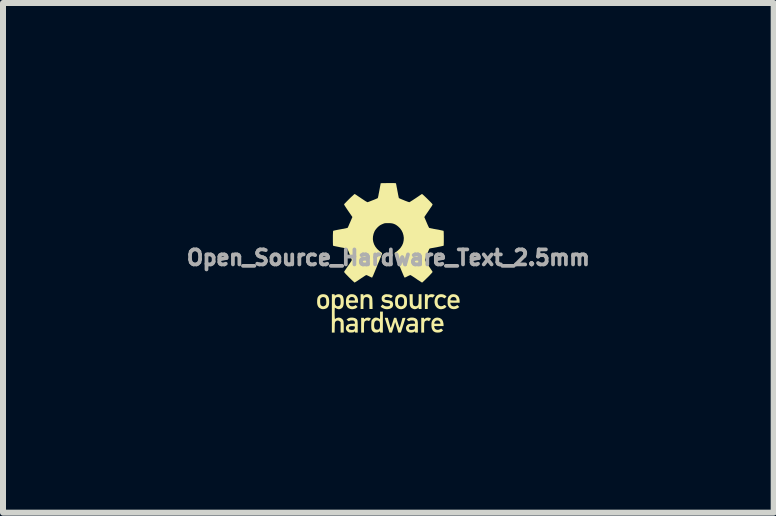
<source format=kicad_pcb>
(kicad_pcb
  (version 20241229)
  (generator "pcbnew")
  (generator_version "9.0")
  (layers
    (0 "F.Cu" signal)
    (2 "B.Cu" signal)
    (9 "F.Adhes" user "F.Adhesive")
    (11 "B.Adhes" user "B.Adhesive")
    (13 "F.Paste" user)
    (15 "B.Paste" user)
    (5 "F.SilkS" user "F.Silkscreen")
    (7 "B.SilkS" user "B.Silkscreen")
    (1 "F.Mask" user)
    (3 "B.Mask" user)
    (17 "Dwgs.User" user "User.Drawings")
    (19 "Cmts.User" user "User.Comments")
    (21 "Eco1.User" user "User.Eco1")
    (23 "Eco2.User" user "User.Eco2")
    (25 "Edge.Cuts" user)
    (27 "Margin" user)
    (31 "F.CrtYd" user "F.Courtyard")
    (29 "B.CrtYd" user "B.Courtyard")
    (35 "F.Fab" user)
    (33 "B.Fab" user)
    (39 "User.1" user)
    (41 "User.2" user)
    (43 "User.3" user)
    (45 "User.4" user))
  (footprint "Open_Source_Hardware_Text_2.5mm"
    (layer "F.Cu")
    (at 3.42 1.243)
    (property "Reference" "Open_Source_Hardware_Text_2.5mm" (at 0 0 0) (layer "F.Fab") (effects (font (size 0.25 0.25) (thickness 0.3))))
    (attr board_only exclude_from_pos_files exclude_from_bom)
    (fp_poly (pts (xy 0.674 0.999) (xy 0.696 1.006) (xy 0.704 1.011) (xy 0.709 1.015) (xy 0.708 1.021) (xy 0.703 1.029) (xy 0.693 1.041) (xy 0.69 1.044) (xy 0.678 1.058) (xy 0.663 1.051) (xy 0.652 1.046) (xy 0.643 1.046) (xy 0.631 1.049) (xy 0.629 1.05) (xy 0.619 1.054) (xy 0.611 1.059) (xy 0.605 1.067) (xy 0.601 1.078) (xy 0.598 1.094) (xy 0.597 1.115) (xy 0.596 1.144) (xy 0.596 1.167) (xy 0.596 1.248) (xy 0.548 1.248) (xy 0.548 1.002) (xy 0.572 1.002) (xy 0.586 1.002) (xy 0.593 1.003) (xy 0.595 1.007) (xy 0.596 1.015) (xy 0.596 1.015) (xy 0.596 1.028) (xy 0.606 1.019) (xy 0.626 1.005) (xy 0.649 0.998)) (stroke (width 0) (type solid)) (fill yes) (layer "F.SilkS"))
    (fp_poly (pts (xy -0.326 0.999) (xy -0.305 1.005) (xy -0.3 1.008) (xy -0.294 1.012) (xy -0.292 1.016) (xy -0.294 1.022) (xy -0.301 1.031) (xy -0.312 1.044) (xy -0.319 1.053) (xy -0.325 1.055) (xy -0.332 1.053) (xy -0.335 1.051) (xy -0.35 1.046) (xy -0.363 1.046) (xy -0.378 1.052) (xy -0.387 1.057) (xy -0.394 1.063) (xy -0.399 1.072) (xy -0.402 1.085) (xy -0.404 1.102) (xy -0.405 1.125) (xy -0.406 1.156) (xy -0.406 1.168) (xy -0.406 1.248) (xy -0.453 1.248) (xy -0.453 1.002) (xy -0.43 1.002) (xy -0.416 1.002) (xy -0.409 1.004) (xy -0.406 1.007) (xy -0.406 1.013) (xy -0.405 1.021) (xy -0.402 1.023) (xy -0.395 1.019) (xy -0.388 1.013) (xy -0.37 1.003) (xy -0.349 0.998)) (stroke (width 0) (type solid)) (fill yes) (layer "F.SilkS"))
    (fp_poly (pts (xy 0.74 0.61) (xy 0.754 0.613) (xy 0.766 0.618) (xy 0.772 0.623) (xy 0.773 0.625) (xy 0.77 0.63) (xy 0.763 0.639) (xy 0.756 0.647) (xy 0.747 0.658) (xy 0.74 0.663) (xy 0.735 0.663) (xy 0.731 0.661) (xy 0.715 0.657) (xy 0.697 0.657) (xy 0.681 0.662) (xy 0.677 0.665) (xy 0.67 0.672) (xy 0.665 0.681) (xy 0.661 0.693) (xy 0.659 0.709) (xy 0.657 0.731) (xy 0.656 0.76) (xy 0.656 0.781) (xy 0.656 0.855) (xy 0.609 0.855) (xy 0.609 0.609) (xy 0.633 0.609) (xy 0.646 0.609) (xy 0.653 0.611) (xy 0.656 0.614) (xy 0.656 0.622) (xy 0.656 0.635) (xy 0.67 0.625) (xy 0.686 0.615) (xy 0.701 0.61) (xy 0.72 0.608) (xy 0.726 0.608)) (stroke (width 0) (type solid)) (fill yes) (layer "F.SilkS"))
    (fp_poly (pts (xy -0.322 0.611) (xy -0.302 0.621) (xy -0.289 0.633) (xy -0.282 0.641) (xy -0.276 0.649) (xy -0.272 0.659) (xy -0.269 0.671) (xy -0.267 0.688) (xy -0.266 0.709) (xy -0.265 0.737) (xy -0.264 0.763) (xy -0.263 0.855) (xy -0.315 0.855) (xy -0.316 0.768) (xy -0.317 0.682) (xy -0.331 0.669) (xy -0.348 0.659) (xy -0.366 0.656) (xy -0.384 0.659) (xy -0.392 0.663) (xy -0.4 0.67) (xy -0.405 0.678) (xy -0.409 0.688) (xy -0.412 0.703) (xy -0.414 0.723) (xy -0.414 0.749) (xy -0.415 0.777) (xy -0.415 0.855) (xy -0.462 0.855) (xy -0.462 0.609) (xy -0.438 0.609) (xy -0.425 0.609) (xy -0.418 0.611) (xy -0.415 0.614) (xy -0.415 0.622) (xy -0.415 0.635) (xy -0.401 0.625) (xy -0.385 0.615) (xy -0.37 0.61) (xy -0.351 0.608) (xy -0.345 0.608)) (stroke (width 0) (type solid)) (fill yes) (layer "F.SilkS"))
    (fp_poly (pts (xy 0.406 0.691) (xy 0.406 0.723) (xy 0.407 0.748) (xy 0.408 0.767) (xy 0.411 0.78) (xy 0.414 0.79) (xy 0.42 0.796) (xy 0.426 0.801) (xy 0.43 0.803) (xy 0.448 0.809) (xy 0.467 0.808) (xy 0.481 0.802) (xy 0.489 0.795) (xy 0.495 0.788) (xy 0.499 0.777) (xy 0.502 0.763) (xy 0.504 0.744) (xy 0.505 0.718) (xy 0.505 0.687) (xy 0.505 0.609) (xy 0.553 0.609) (xy 0.553 0.855) (xy 0.505 0.855) (xy 0.505 0.828) (xy 0.495 0.837) (xy 0.479 0.848) (xy 0.458 0.856) (xy 0.439 0.859) (xy 0.427 0.857) (xy 0.412 0.852) (xy 0.401 0.847) (xy 0.385 0.838) (xy 0.375 0.827) (xy 0.367 0.814) (xy 0.364 0.807) (xy 0.361 0.799) (xy 0.359 0.791) (xy 0.357 0.781) (xy 0.356 0.767) (xy 0.356 0.747) (xy 0.355 0.722) (xy 0.355 0.701) (xy 0.353 0.609) (xy 0.406 0.609)) (stroke (width 0) (type solid)) (fill yes) (layer "F.SilkS"))
    (fp_poly (pts (xy 0.911 0.611) (xy 0.936 0.621) (xy 0.957 0.635) (xy 0.959 0.637) (xy 0.969 0.648) (xy 0.954 0.663) (xy 0.945 0.672) (xy 0.938 0.677) (xy 0.936 0.678) (xy 0.931 0.676) (xy 0.922 0.67) (xy 0.917 0.667) (xy 0.898 0.658) (xy 0.877 0.656) (xy 0.857 0.66) (xy 0.84 0.67) (xy 0.828 0.685) (xy 0.827 0.689) (xy 0.823 0.701) (xy 0.821 0.718) (xy 0.82 0.732) (xy 0.823 0.76) (xy 0.83 0.781) (xy 0.842 0.797) (xy 0.86 0.806) (xy 0.867 0.808) (xy 0.889 0.809) (xy 0.91 0.803) (xy 0.922 0.794) (xy 0.931 0.789) (xy 0.939 0.789) (xy 0.95 0.796) (xy 0.958 0.805) (xy 0.969 0.816) (xy 0.956 0.829) (xy 0.938 0.843) (xy 0.915 0.853) (xy 0.889 0.858) (xy 0.864 0.858) (xy 0.851 0.855) (xy 0.823 0.843) (xy 0.801 0.824) (xy 0.784 0.8) (xy 0.774 0.771) (xy 0.769 0.739) (xy 0.772 0.705) (xy 0.773 0.701) (xy 0.783 0.669) (xy 0.798 0.643) (xy 0.817 0.625) (xy 0.842 0.613) (xy 0.873 0.608) (xy 0.881 0.608)) (stroke (width 0) (type solid)) (fill yes) (layer "F.SilkS"))
    (fp_poly (pts (xy -1.056 0.611) (xy -1.031 0.62) (xy -1.012 0.635) (xy -0.998 0.657) (xy -0.989 0.685) (xy -0.986 0.717) (xy -0.986 0.754) (xy -0.99 0.785) (xy -0.999 0.81) (xy -1.012 0.829) (xy -1.031 0.844) (xy -1.038 0.847) (xy -1.058 0.854) (xy -1.082 0.858) (xy -1.105 0.857) (xy -1.119 0.853) (xy -1.145 0.84) (xy -1.164 0.823) (xy -1.177 0.799) (xy -1.184 0.775) (xy -1.186 0.756) (xy -1.187 0.733) (xy -1.186 0.73) (xy -1.136 0.73) (xy -1.135 0.756) (xy -1.132 0.775) (xy -1.127 0.788) (xy -1.119 0.798) (xy -1.107 0.804) (xy -1.106 0.805) (xy -1.095 0.809) (xy -1.088 0.811) (xy -1.081 0.81) (xy -1.07 0.807) (xy -1.053 0.799) (xy -1.044 0.789) (xy -1.039 0.781) (xy -1.036 0.773) (xy -1.035 0.762) (xy -1.034 0.745) (xy -1.034 0.734) (xy -1.036 0.705) (xy -1.04 0.684) (xy -1.048 0.67) (xy -1.061 0.661) (xy -1.078 0.657) (xy -1.088 0.656) (xy -1.102 0.658) (xy -1.112 0.663) (xy -1.121 0.671) (xy -1.136 0.686) (xy -1.136 0.73) (xy -1.186 0.73) (xy -1.186 0.709) (xy -1.183 0.687) (xy -1.18 0.67) (xy -1.179 0.667) (xy -1.165 0.643) (xy -1.146 0.625) (xy -1.122 0.613) (xy -1.092 0.608) (xy -1.087 0.608)) (stroke (width 0) (type solid)) (fill yes) (layer "F.SilkS"))
    (fp_poly (pts (xy 1.116 0.612) (xy 1.142 0.623) (xy 1.162 0.64) (xy 1.176 0.664) (xy 1.185 0.693) (xy 1.188 0.724) (xy 1.188 0.751) (xy 1.031 0.751) (xy 1.034 0.765) (xy 1.039 0.782) (xy 1.047 0.794) (xy 1.059 0.803) (xy 1.079 0.811) (xy 1.102 0.811) (xy 1.125 0.804) (xy 1.13 0.801) (xy 1.15 0.789) (xy 1.181 0.821) (xy 1.166 0.834) (xy 1.143 0.848) (xy 1.116 0.856) (xy 1.087 0.858) (xy 1.058 0.854) (xy 1.055 0.853) (xy 1.031 0.842) (xy 1.012 0.825) (xy 0.998 0.803) (xy 0.993 0.791) (xy 0.99 0.781) (xy 0.988 0.768) (xy 0.987 0.752) (xy 0.987 0.734) (xy 0.988 0.703) (xy 0.988 0.7) (xy 1.034 0.7) (xy 1.034 0.708) (xy 1.034 0.708) (xy 1.04 0.71) (xy 1.052 0.711) (xy 1.07 0.712) (xy 1.086 0.713) (xy 1.136 0.713) (xy 1.136 0.702) (xy 1.132 0.683) (xy 1.123 0.668) (xy 1.109 0.659) (xy 1.093 0.654) (xy 1.076 0.654) (xy 1.06 0.66) (xy 1.046 0.671) (xy 1.037 0.688) (xy 1.036 0.689) (xy 1.034 0.7) (xy 0.988 0.7) (xy 0.992 0.679) (xy 0.999 0.659) (xy 1.009 0.643) (xy 1.02 0.633) (xy 1.035 0.62) (xy 1.05 0.613) (xy 1.068 0.609) (xy 1.087 0.608)) (stroke (width 0) (type solid)) (fill yes) (layer "F.SilkS"))
    (fp_poly (pts (xy 0.828 0.999) (xy 0.857 1.006) (xy 0.88 1.019) (xy 0.899 1.039) (xy 0.911 1.066) (xy 0.918 1.098) (xy 0.92 1.121) (xy 0.92 1.14) (xy 0.763 1.14) (xy 0.766 1.156) (xy 0.772 1.176) (xy 0.784 1.19) (xy 0.797 1.198) (xy 0.817 1.203) (xy 0.84 1.201) (xy 0.861 1.192) (xy 0.865 1.19) (xy 0.879 1.18) (xy 0.912 1.21) (xy 0.902 1.22) (xy 0.883 1.236) (xy 0.858 1.245) (xy 0.827 1.248) (xy 0.825 1.248) (xy 0.804 1.247) (xy 0.787 1.244) (xy 0.777 1.241) (xy 0.754 1.228) (xy 0.738 1.21) (xy 0.726 1.186) (xy 0.719 1.156) (xy 0.718 1.135) (xy 0.718 1.102) (xy 0.719 1.092) (xy 0.764 1.092) (xy 0.767 1.097) (xy 0.774 1.1) (xy 0.787 1.101) (xy 0.808 1.101) (xy 0.816 1.101) (xy 0.838 1.101) (xy 0.853 1.101) (xy 0.862 1.1) (xy 0.866 1.098) (xy 0.868 1.095) (xy 0.868 1.092) (xy 0.865 1.078) (xy 0.857 1.064) (xy 0.846 1.052) (xy 0.845 1.052) (xy 0.831 1.046) (xy 0.814 1.045) (xy 0.796 1.049) (xy 0.79 1.052) (xy 0.779 1.061) (xy 0.771 1.073) (xy 0.77 1.073) (xy 0.766 1.085) (xy 0.764 1.092) (xy 0.719 1.092) (xy 0.721 1.075) (xy 0.729 1.053) (xy 0.741 1.035) (xy 0.749 1.026) (xy 0.77 1.009) (xy 0.794 1) (xy 0.821 0.998)) (stroke (width 0) (type solid)) (fill yes) (layer "F.SilkS"))
    (fp_poly (pts (xy 0.24 0.611) (xy 0.263 0.62) (xy 0.282 0.635) (xy 0.288 0.641) (xy 0.298 0.653) (xy 0.304 0.667) (xy 0.308 0.683) (xy 0.31 0.705) (xy 0.311 0.733) (xy 0.311 0.736) (xy 0.31 0.76) (xy 0.309 0.778) (xy 0.307 0.791) (xy 0.303 0.801) (xy 0.287 0.825) (xy 0.266 0.843) (xy 0.242 0.854) (xy 0.214 0.859) (xy 0.186 0.856) (xy 0.175 0.852) (xy 0.154 0.841) (xy 0.135 0.823) (xy 0.121 0.802) (xy 0.12 0.801) (xy 0.117 0.79) (xy 0.114 0.777) (xy 0.113 0.76) (xy 0.112 0.736) (xy 0.112 0.732) (xy 0.16 0.732) (xy 0.161 0.759) (xy 0.165 0.779) (xy 0.173 0.793) (xy 0.185 0.803) (xy 0.191 0.805) (xy 0.204 0.81) (xy 0.214 0.811) (xy 0.226 0.808) (xy 0.231 0.806) (xy 0.246 0.797) (xy 0.256 0.784) (xy 0.261 0.765) (xy 0.263 0.74) (xy 0.263 0.735) (xy 0.263 0.714) (xy 0.26 0.696) (xy 0.257 0.685) (xy 0.247 0.67) (xy 0.232 0.66) (xy 0.214 0.656) (xy 0.196 0.658) (xy 0.18 0.666) (xy 0.168 0.679) (xy 0.164 0.688) (xy 0.161 0.699) (xy 0.16 0.715) (xy 0.16 0.732) (xy 0.112 0.732) (xy 0.113 0.707) (xy 0.115 0.685) (xy 0.119 0.668) (xy 0.125 0.654) (xy 0.134 0.642) (xy 0.135 0.641) (xy 0.154 0.623) (xy 0.176 0.613) (xy 0.202 0.609) (xy 0.212 0.608)) (stroke (width 0) (type solid)) (fill yes) (layer "F.SilkS"))
    (fp_poly (pts (xy -0.576 0.612) (xy -0.551 0.623) (xy -0.531 0.641) (xy -0.521 0.656) (xy -0.514 0.67) (xy -0.51 0.684) (xy -0.507 0.7) (xy -0.506 0.715) (xy -0.504 0.751) (xy -0.582 0.751) (xy -0.611 0.751) (xy -0.633 0.752) (xy -0.647 0.753) (xy -0.656 0.755) (xy -0.66 0.758) (xy -0.66 0.763) (xy -0.658 0.771) (xy -0.654 0.779) (xy -0.643 0.796) (xy -0.627 0.807) (xy -0.607 0.811) (xy -0.586 0.81) (xy -0.564 0.802) (xy -0.563 0.801) (xy -0.544 0.79) (xy -0.512 0.821) (xy -0.527 0.834) (xy -0.549 0.848) (xy -0.577 0.856) (xy -0.606 0.859) (xy -0.634 0.854) (xy -0.637 0.853) (xy -0.662 0.842) (xy -0.681 0.825) (xy -0.694 0.803) (xy -0.7 0.791) (xy -0.703 0.781) (xy -0.705 0.768) (xy -0.706 0.752) (xy -0.706 0.734) (xy -0.705 0.703) (xy -0.704 0.7) (xy -0.659 0.7) (xy -0.659 0.708) (xy -0.659 0.708) (xy -0.653 0.71) (xy -0.641 0.711) (xy -0.623 0.712) (xy -0.606 0.713) (xy -0.557 0.713) (xy -0.557 0.702) (xy -0.561 0.683) (xy -0.57 0.668) (xy -0.583 0.659) (xy -0.599 0.654) (xy -0.616 0.654) (xy -0.633 0.66) (xy -0.646 0.671) (xy -0.656 0.688) (xy -0.657 0.689) (xy -0.659 0.7) (xy -0.704 0.7) (xy -0.701 0.679) (xy -0.694 0.659) (xy -0.684 0.643) (xy -0.673 0.633) (xy -0.658 0.62) (xy -0.643 0.613) (xy -0.626 0.609) (xy -0.605 0.608)) (stroke (width 0) (type solid)) (fill yes) (layer "F.SilkS"))
    (fp_poly (pts (xy -0.091 1.248) (xy -0.114 1.248) (xy -0.128 1.248) (xy -0.135 1.246) (xy -0.138 1.243) (xy -0.138 1.237) (xy -0.139 1.229) (xy -0.142 1.227) (xy -0.148 1.231) (xy -0.156 1.236) (xy -0.171 1.243) (xy -0.19 1.247) (xy -0.211 1.247) (xy -0.231 1.245) (xy -0.241 1.241) (xy -0.26 1.227) (xy -0.275 1.207) (xy -0.28 1.193) (xy -0.283 1.18) (xy -0.284 1.162) (xy -0.285 1.141) (xy -0.237 1.141) (xy -0.233 1.166) (xy -0.224 1.185) (xy -0.21 1.196) (xy -0.191 1.2) (xy -0.189 1.2) (xy -0.169 1.197) (xy -0.159 1.192) (xy -0.148 1.18) (xy -0.142 1.165) (xy -0.139 1.143) (xy -0.139 1.115) (xy -0.139 1.114) (xy -0.141 1.09) (xy -0.145 1.072) (xy -0.152 1.06) (xy -0.162 1.053) (xy -0.172 1.049) (xy -0.188 1.046) (xy -0.202 1.048) (xy -0.205 1.049) (xy -0.218 1.057) (xy -0.228 1.07) (xy -0.234 1.09) (xy -0.236 1.108) (xy -0.237 1.141) (xy -0.285 1.141) (xy -0.285 1.139) (xy -0.285 1.115) (xy -0.284 1.092) (xy -0.283 1.072) (xy -0.281 1.057) (xy -0.281 1.053) (xy -0.273 1.038) (xy -0.26 1.023) (xy -0.244 1.009) (xy -0.228 1.001) (xy -0.223 0.999) (xy -0.197 0.998) (xy -0.173 1.004) (xy -0.158 1.012) (xy -0.148 1.019) (xy -0.142 1.023) (xy -0.141 1.023) (xy -0.14 1.019) (xy -0.139 1.008) (xy -0.138 0.991) (xy -0.138 0.971) (xy -0.138 0.961) (xy -0.138 0.898) (xy -0.091 0.898)) (stroke (width 0) (type solid)) (fill yes) (layer "F.SilkS"))
    (fp_poly (pts (xy -0.003 1.025) (xy 0.001 1.037) (xy 0.006 1.056) (xy 0.012 1.078) (xy 0.018 1.102) (xy 0.02 1.109) (xy 0.026 1.13) (xy 0.031 1.149) (xy 0.035 1.162) (xy 0.038 1.169) (xy 0.039 1.17) (xy 0.041 1.166) (xy 0.045 1.155) (xy 0.051 1.139) (xy 0.058 1.117) (xy 0.066 1.093) (xy 0.068 1.086) (xy 0.095 1.002) (xy 0.132 1.002) (xy 0.159 1.087) (xy 0.167 1.112) (xy 0.175 1.134) (xy 0.181 1.151) (xy 0.186 1.163) (xy 0.188 1.169) (xy 0.188 1.169) (xy 0.19 1.164) (xy 0.194 1.153) (xy 0.199 1.135) (xy 0.205 1.113) (xy 0.212 1.088) (xy 0.213 1.085) (xy 0.236 1.004) (xy 0.26 1.003) (xy 0.274 1.003) (xy 0.283 1.003) (xy 0.285 1.005) (xy 0.284 1.01) (xy 0.28 1.022) (xy 0.275 1.04) (xy 0.268 1.063) (xy 0.259 1.09) (xy 0.25 1.12) (xy 0.247 1.128) (xy 0.209 1.248) (xy 0.166 1.248) (xy 0.151 1.197) (xy 0.144 1.173) (xy 0.136 1.147) (xy 0.129 1.123) (xy 0.125 1.11) (xy 0.113 1.073) (xy 0.1 1.118) (xy 0.092 1.143) (xy 0.084 1.171) (xy 0.076 1.196) (xy 0.073 1.206) (xy 0.06 1.248) (xy 0.018 1.248) (xy 0.011 1.227) (xy 0.008 1.217) (xy 0.003 1.201) (xy -0.004 1.179) (xy -0.012 1.153) (xy -0.021 1.125) (xy -0.026 1.11) (xy -0.035 1.082) (xy -0.043 1.057) (xy -0.05 1.036) (xy -0.055 1.02) (xy -0.058 1.01) (xy -0.059 1.007) (xy -0.058 1.004) (xy -0.05 1.002) (xy -0.035 1.002) (xy -0.009 1.002)) (stroke (width 0) (type solid)) (fill yes) (layer "F.SilkS"))
    (fp_poly (pts (xy -0.024 0.609) (xy -0.013 0.61) (xy 0.008 0.611) (xy 0.023 0.613) (xy 0.035 0.616) (xy 0.047 0.622) (xy 0.051 0.624) (xy 0.063 0.631) (xy 0.071 0.636) (xy 0.073 0.639) (xy 0.071 0.644) (xy 0.064 0.652) (xy 0.059 0.658) (xy 0.045 0.675) (xy 0.027 0.665) (xy 0.007 0.657) (xy -0.014 0.653) (xy -0.032 0.654) (xy -0.048 0.658) (xy -0.059 0.667) (xy -0.064 0.678) (xy -0.063 0.688) (xy -0.061 0.695) (xy -0.056 0.7) (xy -0.047 0.703) (xy -0.033 0.706) (xy -0.013 0.708) (xy -0.008 0.708) (xy 0.023 0.713) (xy 0.047 0.721) (xy 0.064 0.733) (xy 0.074 0.749) (xy 0.079 0.77) (xy 0.08 0.782) (xy 0.076 0.806) (xy 0.066 0.825) (xy 0.048 0.84) (xy 0.036 0.847) (xy 0.015 0.854) (xy -0.011 0.858) (xy -0.037 0.858) (xy -0.06 0.854) (xy -0.064 0.853) (xy -0.079 0.847) (xy -0.096 0.839) (xy -0.111 0.83) (xy -0.122 0.822) (xy -0.124 0.819) (xy -0.126 0.814) (xy -0.123 0.808) (xy -0.113 0.798) (xy -0.112 0.797) (xy -0.096 0.78) (xy -0.082 0.791) (xy -0.061 0.805) (xy -0.036 0.811) (xy -0.013 0.811) (xy 0.009 0.807) (xy 0.023 0.8) (xy 0.029 0.788) (xy 0.03 0.781) (xy 0.028 0.771) (xy 0.021 0.763) (xy 0.007 0.758) (xy -0.014 0.755) (xy -0.024 0.754) (xy -0.056 0.749) (xy -0.08 0.74) (xy -0.097 0.727) (xy -0.108 0.709) (xy -0.112 0.687) (xy -0.112 0.682) (xy -0.109 0.657) (xy -0.099 0.638) (xy -0.081 0.623) (xy -0.073 0.618) (xy -0.063 0.614) (xy -0.053 0.611) (xy -0.041 0.609)) (stroke (width 0) (type solid)) (fill yes) (layer "F.SilkS"))
    (fp_poly (pts (xy 0.422 1) (xy 0.446 1.007) (xy 0.466 1.019) (xy 0.468 1.021) (xy 0.476 1.029) (xy 0.481 1.037) (xy 0.486 1.048) (xy 0.489 1.062) (xy 0.491 1.081) (xy 0.492 1.105) (xy 0.492 1.136) (xy 0.492 1.158) (xy 0.492 1.248) (xy 0.469 1.248) (xy 0.455 1.248) (xy 0.448 1.246) (xy 0.445 1.243) (xy 0.445 1.237) (xy 0.445 1.227) (xy 0.429 1.237) (xy 0.411 1.245) (xy 0.389 1.248) (xy 0.365 1.248) (xy 0.342 1.242) (xy 0.332 1.238) (xy 0.313 1.224) (xy 0.301 1.206) (xy 0.294 1.185) (xy 0.294 1.176) (xy 0.341 1.176) (xy 0.346 1.189) (xy 0.355 1.199) (xy 0.364 1.202) (xy 0.38 1.204) (xy 0.397 1.203) (xy 0.414 1.2) (xy 0.427 1.196) (xy 0.433 1.193) (xy 0.439 1.181) (xy 0.442 1.163) (xy 0.443 1.142) (xy 0.415 1.141) (xy 0.389 1.141) (xy 0.369 1.143) (xy 0.355 1.149) (xy 0.35 1.152) (xy 0.342 1.163) (xy 0.341 1.176) (xy 0.294 1.176) (xy 0.294 1.164) (xy 0.301 1.143) (xy 0.314 1.124) (xy 0.325 1.115) (xy 0.333 1.11) (xy 0.342 1.106) (xy 0.351 1.104) (xy 0.365 1.103) (xy 0.385 1.102) (xy 0.394 1.102) (xy 0.446 1.1) (xy 0.444 1.08) (xy 0.44 1.064) (xy 0.433 1.054) (xy 0.421 1.048) (xy 0.402 1.045) (xy 0.393 1.045) (xy 0.375 1.046) (xy 0.362 1.048) (xy 0.354 1.053) (xy 0.348 1.058) (xy 0.342 1.058) (xy 0.336 1.055) (xy 0.325 1.048) (xy 0.315 1.04) (xy 0.308 1.033) (xy 0.307 1.031) (xy 0.31 1.027) (xy 0.318 1.02) (xy 0.321 1.018) (xy 0.342 1.006) (xy 0.367 0.999) (xy 0.395 0.997)) (stroke (width 0) (type solid)) (fill yes) (layer "F.SilkS"))
    (fp_poly (pts (xy -0.59 0.999) (xy -0.562 1.005) (xy -0.54 1.015) (xy -0.523 1.03) (xy -0.514 1.049) (xy -0.513 1.058) (xy -0.512 1.074) (xy -0.511 1.095) (xy -0.51 1.121) (xy -0.51 1.149) (xy -0.51 1.156) (xy -0.51 1.248) (xy -0.533 1.248) (xy -0.547 1.248) (xy -0.554 1.246) (xy -0.557 1.243) (xy -0.557 1.236) (xy -0.557 1.225) (xy -0.568 1.235) (xy -0.575 1.241) (xy -0.583 1.244) (xy -0.595 1.246) (xy -0.612 1.247) (xy -0.615 1.247) (xy -0.639 1.247) (xy -0.657 1.244) (xy -0.663 1.242) (xy -0.678 1.232) (xy -0.692 1.218) (xy -0.702 1.202) (xy -0.706 1.19) (xy -0.707 1.172) (xy -0.659 1.172) (xy -0.658 1.184) (xy -0.653 1.191) (xy -0.643 1.197) (xy -0.623 1.203) (xy -0.6 1.204) (xy -0.579 1.2) (xy -0.569 1.195) (xy -0.563 1.185) (xy -0.561 1.178) (xy -0.557 1.162) (xy -0.557 1.151) (xy -0.563 1.145) (xy -0.574 1.142) (xy -0.592 1.141) (xy -0.594 1.141) (xy -0.62 1.141) (xy -0.639 1.145) (xy -0.651 1.152) (xy -0.657 1.162) (xy -0.659 1.172) (xy -0.707 1.172) (xy -0.707 1.165) (xy -0.7 1.143) (xy -0.686 1.124) (xy -0.672 1.114) (xy -0.662 1.109) (xy -0.652 1.106) (xy -0.639 1.104) (xy -0.621 1.102) (xy -0.606 1.102) (xy -0.557 1.1) (xy -0.557 1.083) (xy -0.56 1.067) (xy -0.568 1.056) (xy -0.575 1.05) (xy -0.583 1.047) (xy -0.594 1.045) (xy -0.608 1.045) (xy -0.627 1.046) (xy -0.639 1.048) (xy -0.648 1.053) (xy -0.648 1.053) (xy -0.654 1.058) (xy -0.66 1.058) (xy -0.666 1.055) (xy -0.677 1.047) (xy -0.677 1.047) (xy -0.696 1.033) (xy -0.687 1.024) (xy -0.668 1.01) (xy -0.642 1.001) (xy -0.621 0.998)) (stroke (width 0) (type solid)) (fill yes) (layer "F.SilkS"))
    (fp_poly (pts (xy -0.798 0.613) (xy -0.776 0.624) (xy -0.761 0.639) (xy -0.753 0.656) (xy -0.747 0.68) (xy -0.743 0.71) (xy -0.743 0.732) (xy -0.744 0.768) (xy -0.749 0.797) (xy -0.758 0.82) (xy -0.771 0.837) (xy -0.788 0.849) (xy -0.792 0.851) (xy -0.814 0.858) (xy -0.834 0.858) (xy -0.857 0.851) (xy -0.866 0.846) (xy -0.879 0.84) (xy -0.888 0.835) (xy -0.892 0.833) (xy -0.893 0.838) (xy -0.893 0.849) (xy -0.893 0.867) (xy -0.894 0.889) (xy -0.894 0.916) (xy -0.894 0.928) (xy -0.894 0.962) (xy -0.893 0.987) (xy -0.892 1.005) (xy -0.891 1.017) (xy -0.889 1.022) (xy -0.886 1.023) (xy -0.883 1.019) (xy -0.883 1.019) (xy -0.875 1.012) (xy -0.862 1.006) (xy -0.847 1.001) (xy -0.832 0.998) (xy -0.827 0.998) (xy -0.803 1.002) (xy -0.78 1.013) (xy -0.762 1.029) (xy -0.75 1.05) (xy -0.747 1.057) (xy -0.746 1.066) (xy -0.745 1.082) (xy -0.744 1.104) (xy -0.743 1.13) (xy -0.743 1.157) (xy -0.743 1.161) (xy -0.743 1.248) (xy -0.795 1.248) (xy -0.795 1.075) (xy -0.807 1.062) (xy -0.824 1.051) (xy -0.842 1.047) (xy -0.861 1.05) (xy -0.877 1.061) (xy -0.884 1.07) (xy -0.887 1.075) (xy -0.889 1.082) (xy -0.89 1.093) (xy -0.892 1.108) (xy -0.892 1.129) (xy -0.893 1.156) (xy -0.893 1.165) (xy -0.895 1.248) (xy -0.941 1.248) (xy -0.941 0.732) (xy -0.891 0.732) (xy -0.891 0.754) (xy -0.889 0.77) (xy -0.885 0.782) (xy -0.884 0.785) (xy -0.871 0.8) (xy -0.855 0.808) (xy -0.836 0.809) (xy -0.818 0.803) (xy -0.813 0.801) (xy -0.805 0.794) (xy -0.8 0.784) (xy -0.796 0.77) (xy -0.795 0.751) (xy -0.795 0.731) (xy -0.796 0.704) (xy -0.799 0.683) (xy -0.806 0.669) (xy -0.817 0.661) (xy -0.832 0.657) (xy -0.842 0.656) (xy -0.86 0.658) (xy -0.874 0.665) (xy -0.883 0.677) (xy -0.889 0.695) (xy -0.891 0.721) (xy -0.891 0.732) (xy -0.941 0.732) (xy -0.941 0.609) (xy -0.918 0.609) (xy -0.904 0.609) (xy -0.897 0.611) (xy -0.894 0.614) (xy -0.894 0.62) (xy -0.893 0.628) (xy -0.892 0.63) (xy -0.888 0.629) (xy -0.878 0.624) (xy -0.871 0.619) (xy -0.847 0.61) (xy -0.822 0.608)) (stroke (width 0) (type solid)) (fill yes) (layer "F.SilkS"))
    (fp_poly (pts (xy 0.09 -1.243) (xy 0.107 -1.242) (xy 0.118 -1.241) (xy 0.125 -1.24) (xy 0.127 -1.238) (xy 0.127 -1.238) (xy 0.129 -1.233) (xy 0.131 -1.22) (xy 0.135 -1.201) (xy 0.139 -1.177) (xy 0.145 -1.149) (xy 0.15 -1.118) (xy 0.151 -1.114) (xy 0.157 -1.083) (xy 0.162 -1.055) (xy 0.167 -1.031) (xy 0.171 -1.012) (xy 0.174 -0.999) (xy 0.176 -0.993) (xy 0.176 -0.993) (xy 0.182 -0.99) (xy 0.194 -0.984) (xy 0.211 -0.977) (xy 0.232 -0.968) (xy 0.255 -0.959) (xy 0.278 -0.949) (xy 0.3 -0.941) (xy 0.32 -0.933) (xy 0.336 -0.928) (xy 0.346 -0.925) (xy 0.348 -0.924) (xy 0.354 -0.926) (xy 0.366 -0.933) (xy 0.383 -0.944) (xy 0.404 -0.957) (xy 0.428 -0.973) (xy 0.454 -0.99) (xy 0.456 -0.991) (xy 0.482 -1.009) (xy 0.506 -1.025) (xy 0.526 -1.039) (xy 0.543 -1.05) (xy 0.555 -1.058) (xy 0.56 -1.061) (xy 0.56 -1.061) (xy 0.565 -1.059) (xy 0.574 -1.051) (xy 0.588 -1.039) (xy 0.604 -1.024) (xy 0.623 -1.006) (xy 0.643 -0.987) (xy 0.663 -0.967) (xy 0.683 -0.947) (xy 0.701 -0.929) (xy 0.716 -0.913) (xy 0.728 -0.9) (xy 0.735 -0.892) (xy 0.737 -0.889) (xy 0.735 -0.881) (xy 0.728 -0.867) (xy 0.716 -0.848) (xy 0.714 -0.845) (xy 0.703 -0.83) (xy 0.689 -0.809) (xy 0.673 -0.785) (xy 0.656 -0.76) (xy 0.644 -0.743) (xy 0.599 -0.677) (xy 0.637 -0.589) (xy 0.648 -0.563) (xy 0.658 -0.54) (xy 0.667 -0.521) (xy 0.674 -0.507) (xy 0.678 -0.499) (xy 0.679 -0.497) (xy 0.685 -0.495) (xy 0.698 -0.492) (xy 0.716 -0.488) (xy 0.738 -0.484) (xy 0.749 -0.481) (xy 0.795 -0.473) (xy 0.835 -0.466) (xy 0.867 -0.459) (xy 0.892 -0.454) (xy 0.909 -0.45) (xy 0.918 -0.448) (xy 0.919 -0.447) (xy 0.921 -0.442) (xy 0.922 -0.43) (xy 0.923 -0.412) (xy 0.923 -0.389) (xy 0.924 -0.363) (xy 0.924 -0.335) (xy 0.924 -0.307) (xy 0.924 -0.279) (xy 0.924 -0.254) (xy 0.923 -0.232) (xy 0.923 -0.215) (xy 0.922 -0.204) (xy 0.921 -0.2) (xy 0.916 -0.198) (xy 0.904 -0.195) (xy 0.886 -0.191) (xy 0.864 -0.186) (xy 0.838 -0.181) (xy 0.811 -0.175) (xy 0.783 -0.17) (xy 0.756 -0.165) (xy 0.731 -0.161) (xy 0.709 -0.157) (xy 0.696 -0.154) (xy 0.687 -0.15) (xy 0.685 -0.149) (xy 0.681 -0.143) (xy 0.676 -0.131) (xy 0.668 -0.113) (xy 0.659 -0.092) (xy 0.649 -0.069) (xy 0.64 -0.044) (xy 0.63 -0.021) (xy 0.622 0.001) (xy 0.615 0.019) (xy 0.611 0.032) (xy 0.609 0.039) (xy 0.609 0.039) (xy 0.61 0.043) (xy 0.614 0.05) (xy 0.621 0.062) (xy 0.631 0.077) (xy 0.644 0.098) (xy 0.662 0.124) (xy 0.684 0.156) (xy 0.707 0.189) (xy 0.718 0.206) (xy 0.728 0.22) (xy 0.734 0.231) (xy 0.737 0.236) (xy 0.736 0.24) (xy 0.729 0.249) (xy 0.718 0.262) (xy 0.701 0.28) (xy 0.679 0.304) (xy 0.654 0.329) (xy 0.631 0.351) (xy 0.611 0.371) (xy 0.593 0.388) (xy 0.578 0.402) (xy 0.568 0.411) (xy 0.562 0.414) (xy 0.562 0.415) (xy 0.557 0.412) (xy 0.546 0.406) (xy 0.53 0.395) (xy 0.51 0.382) (xy 0.486 0.367) (xy 0.467 0.353) (xy 0.442 0.336) (xy 0.419 0.321) (xy 0.399 0.308) (xy 0.383 0.298) (xy 0.373 0.292) (xy 0.369 0.29) (xy 0.36 0.292) (xy 0.346 0.297) (xy 0.328 0.306) (xy 0.318 0.311) (xy 0.301 0.32) (xy 0.286 0.327) (xy 0.275 0.331) (xy 0.271 0.332) (xy 0.268 0.327) (xy 0.262 0.316) (xy 0.255 0.301) (xy 0.247 0.282) (xy 0.246 0.28) (xy 0.219 0.216) (xy 0.196 0.159) (xy 0.176 0.11) (xy 0.158 0.067) (xy 0.143 0.031) (xy 0.131 0.001) (xy 0.122 -0.024) (xy 0.114 -0.043) (xy 0.109 -0.057) (xy 0.105 -0.066) (xy 0.104 -0.072) (xy 0.104 -0.073) (xy 0.107 -0.08) (xy 0.115 -0.087) (xy 0.117 -0.088) (xy 0.138 -0.102) (xy 0.161 -0.121) (xy 0.183 -0.142) (xy 0.201 -0.161) (xy 0.203 -0.164) (xy 0.228 -0.202) (xy 0.246 -0.243) (xy 0.255 -0.286) (xy 0.258 -0.329) (xy 0.252 -0.372) (xy 0.24 -0.414) (xy 0.221 -0.453) (xy 0.195 -0.489) (xy 0.162 -0.521) (xy 0.137 -0.54) (xy 0.112 -0.555) (xy 0.087 -0.565) (xy 0.061 -0.572) (xy 0.032 -0.575) (xy -0.002 -0.576) (xy -0.026 -0.576) (xy -0.044 -0.575) (xy -0.058 -0.574) (xy -0.07 -0.571) (xy -0.083 -0.566) (xy -0.088 -0.564) (xy -0.107 -0.556) (xy -0.125 -0.547) (xy -0.138 -0.54) (xy -0.158 -0.525) (xy -0.179 -0.506) (xy -0.199 -0.484) (xy -0.216 -0.462) (xy -0.228 -0.443) (xy -0.246 -0.398) (xy -0.256 -0.352) (xy -0.258 -0.307) (xy -0.251 -0.263) (xy -0.237 -0.221) (xy -0.215 -0.181) (xy -0.186 -0.145) (xy -0.15 -0.112) (xy -0.133 -0.099) (xy -0.118 -0.088) (xy -0.108 -0.079) (xy -0.104 -0.072) (xy -0.104 -0.072) (xy -0.105 -0.067) (xy -0.11 -0.054) (xy -0.117 -0.035) (xy -0.126 -0.011) (xy -0.138 0.017) (xy -0.15 0.048) (xy -0.164 0.082) (xy -0.165 0.083) (xy -0.18 0.119) (xy -0.194 0.155) (xy -0.208 0.189) (xy -0.221 0.22) (xy -0.232 0.247) (xy -0.241 0.268) (xy -0.246 0.28) (xy -0.254 0.3) (xy -0.262 0.315) (xy -0.268 0.327) (xy -0.271 0.332) (xy -0.271 0.332) (xy -0.277 0.33) (xy -0.288 0.326) (xy -0.304 0.318) (xy -0.318 0.311) (xy -0.338 0.301) (xy -0.354 0.294) (xy -0.366 0.29) (xy -0.369 0.29) (xy -0.375 0.293) (xy -0.387 0.3) (xy -0.404 0.311) (xy -0.424 0.325) (xy -0.448 0.34) (xy -0.467 0.353) (xy -0.492 0.37) (xy -0.514 0.385) (xy -0.534 0.398) (xy -0.549 0.407) (xy -0.559 0.413) (xy -0.562 0.415) (xy -0.566 0.412) (xy -0.576 0.403) (xy -0.59 0.39) (xy -0.608 0.374) (xy -0.628 0.354) (xy -0.651 0.332) (xy -0.654 0.329) (xy -0.682 0.3) (xy -0.704 0.278) (xy -0.72 0.26) (xy -0.73 0.248) (xy -0.736 0.24) (xy -0.737 0.236) (xy -0.734 0.23) (xy -0.726 0.218) (xy -0.716 0.203) (xy -0.707 0.189) (xy -0.681 0.151) (xy -0.659 0.12) (xy -0.642 0.095) (xy -0.629 0.075) (xy -0.619 0.06) (xy -0.613 0.049) (xy -0.61 0.042) (xy -0.609 0.039) (xy -0.61 0.033) (xy -0.615 0.02) (xy -0.621 0.002) (xy -0.63 -0.019) (xy -0.639 -0.043) (xy -0.649 -0.067) (xy -0.658 -0.091) (xy -0.667 -0.112) (xy -0.675 -0.13) (xy -0.681 -0.142) (xy -0.684 -0.148) (xy -0.685 -0.148) (xy -0.691 -0.152) (xy -0.704 -0.156) (xy -0.72 -0.159) (xy -0.722 -0.159) (xy -0.759 -0.166) (xy -0.794 -0.172) (xy -0.827 -0.179) (xy -0.857 -0.185) (xy -0.882 -0.19) (xy -0.902 -0.194) (xy -0.915 -0.198) (xy -0.921 -0.2) (xy -0.921 -0.2) (xy -0.922 -0.206) (xy -0.923 -0.219) (xy -0.923 -0.238) (xy -0.924 -0.261) (xy -0.924 -0.288) (xy -0.924 -0.316) (xy -0.924 -0.344) (xy -0.924 -0.371) (xy -0.923 -0.396) (xy -0.922 -0.418) (xy -0.921 -0.434) (xy -0.92 -0.445) (xy -0.919 -0.447) (xy -0.913 -0.449) (xy -0.898 -0.453) (xy -0.875 -0.458) (xy -0.845 -0.464) (xy -0.808 -0.471) (xy -0.764 -0.479) (xy -0.749 -0.481) (xy -0.726 -0.486) (xy -0.706 -0.49) (xy -0.691 -0.494) (xy -0.681 -0.496) (xy -0.679 -0.497) (xy -0.676 -0.502) (xy -0.67 -0.514) (xy -0.662 -0.531) (xy -0.653 -0.553) (xy -0.642 -0.578) (xy -0.637 -0.589) (xy -0.599 -0.677) (xy -0.622 -0.711) (xy -0.632 -0.726) (xy -0.646 -0.746) (xy -0.662 -0.769) (xy -0.679 -0.794) (xy -0.692 -0.813) (xy -0.711 -0.842) (xy -0.725 -0.864) (xy -0.734 -0.879) (xy -0.737 -0.888) (xy -0.737 -0.889) (xy -0.733 -0.895) (xy -0.724 -0.905) (xy -0.71 -0.919) (xy -0.694 -0.936) (xy -0.675 -0.955) (xy -0.655 -0.975) (xy -0.635 -0.995) (xy -0.615 -1.014) (xy -0.597 -1.03) (xy -0.582 -1.044) (xy -0.57 -1.055) (xy -0.562 -1.06) (xy -0.56 -1.061) (xy -0.555 -1.058) (xy -0.544 -1.051) (xy -0.527 -1.04) (xy -0.507 -1.026) (xy -0.483 -1.01) (xy -0.457 -0.993) (xy -0.455 -0.991) (xy -0.429 -0.974) (xy -0.405 -0.958) (xy -0.384 -0.944) (xy -0.366 -0.934) (xy -0.354 -0.927) (xy -0.348 -0.924) (xy -0.348 -0.924) (xy -0.342 -0.926) (xy -0.329 -0.93) (xy -0.311 -0.937) (xy -0.29 -0.945) (xy -0.268 -0.954) (xy -0.244 -0.963) (xy -0.222 -0.972) (xy -0.203 -0.98) (xy -0.188 -0.987) (xy -0.178 -0.991) (xy -0.176 -0.993) (xy -0.175 -0.996) (xy -0.173 -1.003) (xy -0.17 -1.015) (xy -0.166 -1.033) (xy -0.162 -1.056) (xy -0.156 -1.086) (xy -0.149 -1.123) (xy -0.141 -1.167) (xy -0.132 -1.213) (xy -0.127 -1.241) (xy -0.001 -1.243) (xy 0.037 -1.243) (xy 0.067 -1.243)) (stroke (width 0) (type solid)) (fill yes) (layer "F.SilkS")))
  (gr_rect
    (start -3 -3)
    (end 9.84 5.491)
    (stroke (width 0.1) (type default))
    (fill no)
    (layer "Edge.Cuts")))
</source>
